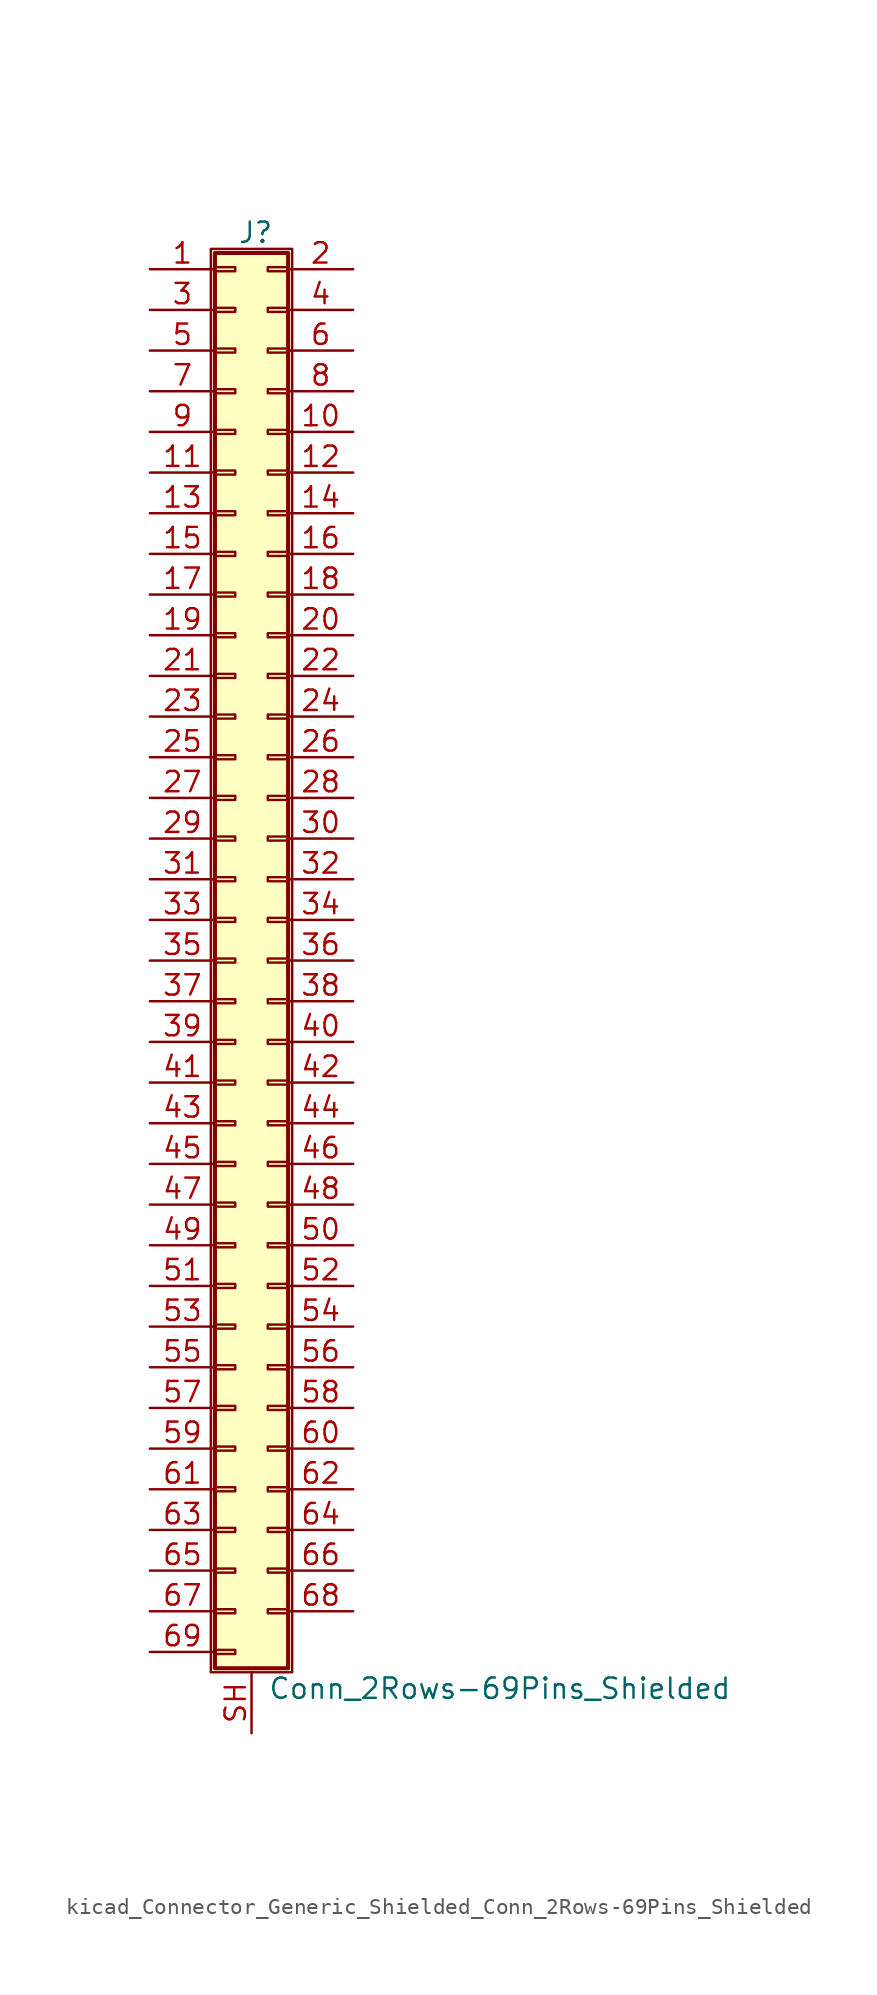
<source format=kicad_sym>
(kicad_symbol_lib
  (version 20220914)
  (generator kicad_symbol_editor)
  (symbol "kicad_Connector_Generic_Shielded_Conn_2Rows-69Pins_Shielded"
    (pin_names
      (offset 1.016) hide)
    (property "Reference" "J"
      (at 1.524 45.466 0)
      (effects (font (size 1.27 1.27))))
    (property "Value" "Conn_2Rows-69Pins_Shielded"
      (at 2.286 -45.466 0)
      (effects (font (size 1.27 1.27)) (justify left)))
    (symbol "kicad_Connector_Generic_Shielded_Conn_2Rows-69Pins_Shielded_1_1"
      (rectangle (start -1.27 44.45) (end 3.81 -44.45) (stroke (width 0.152) (type default)) (fill (type none)))
      (rectangle (start -1.016 -43.053) (end 0.254 -43.307) (stroke (width 0.152) (type default)) (fill (type none)))
      (rectangle (start -1.016 -40.513) (end 0.254 -40.767) (stroke (width 0.152) (type default)) (fill (type none)))
      (rectangle (start -1.016 -37.973) (end 0.254 -38.227) (stroke (width 0.152) (type default)) (fill (type none)))
      (rectangle (start -1.016 -35.433) (end 0.254 -35.687) (stroke (width 0.152) (type default)) (fill (type none)))
      (rectangle (start -1.016 -32.893) (end 0.254 -33.147) (stroke (width 0.152) (type default)) (fill (type none)))
      (rectangle (start -1.016 -30.353) (end 0.254 -30.607) (stroke (width 0.152) (type default)) (fill (type none)))
      (rectangle (start -1.016 -27.813) (end 0.254 -28.067) (stroke (width 0.152) (type default)) (fill (type none)))
      (rectangle (start -1.016 -25.273) (end 0.254 -25.527) (stroke (width 0.152) (type default)) (fill (type none)))
      (rectangle (start -1.016 -22.733) (end 0.254 -22.987) (stroke (width 0.152) (type default)) (fill (type none)))
      (rectangle (start -1.016 -20.193) (end 0.254 -20.447) (stroke (width 0.152) (type default)) (fill (type none)))
      (rectangle (start -1.016 -17.653) (end 0.254 -17.907) (stroke (width 0.152) (type default)) (fill (type none)))
      (rectangle (start -1.016 -15.113) (end 0.254 -15.367) (stroke (width 0.152) (type default)) (fill (type none)))
      (rectangle (start -1.016 -12.573) (end 0.254 -12.827) (stroke (width 0.152) (type default)) (fill (type none)))
      (rectangle (start -1.016 -10.033) (end 0.254 -10.287) (stroke (width 0.152) (type default)) (fill (type none)))
      (rectangle (start -1.016 -7.493) (end 0.254 -7.747) (stroke (width 0.152) (type default)) (fill (type none)))
      (rectangle (start -1.016 -4.953) (end 0.254 -5.207) (stroke (width 0.152) (type default)) (fill (type none)))
      (rectangle (start -1.016 -2.413) (end 0.254 -2.667) (stroke (width 0.152) (type default)) (fill (type none)))
      (rectangle (start -1.016 0.127) (end 0.254 -0.127) (stroke (width 0.152) (type default)) (fill (type none)))
      (rectangle (start -1.016 2.667) (end 0.254 2.413) (stroke (width 0.152) (type default)) (fill (type none)))
      (rectangle (start -1.016 5.207) (end 0.254 4.953) (stroke (width 0.152) (type default)) (fill (type none)))
      (rectangle (start -1.016 7.747) (end 0.254 7.493) (stroke (width 0.152) (type default)) (fill (type none)))
      (rectangle (start -1.016 10.287) (end 0.254 10.033) (stroke (width 0.152) (type default)) (fill (type none)))
      (rectangle (start -1.016 12.827) (end 0.254 12.573) (stroke (width 0.152) (type default)) (fill (type none)))
      (rectangle (start -1.016 15.367) (end 0.254 15.113) (stroke (width 0.152) (type default)) (fill (type none)))
      (rectangle (start -1.016 17.907) (end 0.254 17.653) (stroke (width 0.152) (type default)) (fill (type none)))
      (rectangle (start -1.016 20.447) (end 0.254 20.193) (stroke (width 0.152) (type default)) (fill (type none)))
      (rectangle (start -1.016 22.987) (end 0.254 22.733) (stroke (width 0.152) (type default)) (fill (type none)))
      (rectangle (start -1.016 25.527) (end 0.254 25.273) (stroke (width 0.152) (type default)) (fill (type none)))
      (rectangle (start -1.016 28.067) (end 0.254 27.813) (stroke (width 0.152) (type default)) (fill (type none)))
      (rectangle (start -1.016 30.607) (end 0.254 30.353) (stroke (width 0.152) (type default)) (fill (type none)))
      (rectangle (start -1.016 33.147) (end 0.254 32.893) (stroke (width 0.152) (type default)) (fill (type none)))
      (rectangle (start -1.016 35.687) (end 0.254 35.433) (stroke (width 0.152) (type default)) (fill (type none)))
      (rectangle (start -1.016 38.227) (end 0.254 37.973) (stroke (width 0.152) (type default)) (fill (type none)))
      (rectangle (start -1.016 40.767) (end 0.254 40.513) (stroke (width 0.152) (type default)) (fill (type none)))
      (rectangle (start -1.016 43.307) (end 0.254 43.053) (stroke (width 0.152) (type default)) (fill (type none)))
      (rectangle (start -1.016 44.196) (end 3.556 -44.196) (stroke (width 0.254) (type default)) (fill (type background)))
      (rectangle (start 3.556 -40.513) (end 2.286 -40.767) (stroke (width 0.152) (type default)) (fill (type none)))
      (rectangle (start 3.556 -37.973) (end 2.286 -38.227) (stroke (width 0.152) (type default)) (fill (type none)))
      (rectangle (start 3.556 -35.433) (end 2.286 -35.687) (stroke (width 0.152) (type default)) (fill (type none)))
      (rectangle (start 3.556 -32.893) (end 2.286 -33.147) (stroke (width 0.152) (type default)) (fill (type none)))
      (rectangle (start 3.556 -30.353) (end 2.286 -30.607) (stroke (width 0.152) (type default)) (fill (type none)))
      (rectangle (start 3.556 -27.813) (end 2.286 -28.067) (stroke (width 0.152) (type default)) (fill (type none)))
      (rectangle (start 3.556 -25.273) (end 2.286 -25.527) (stroke (width 0.152) (type default)) (fill (type none)))
      (rectangle (start 3.556 -22.733) (end 2.286 -22.987) (stroke (width 0.152) (type default)) (fill (type none)))
      (rectangle (start 3.556 -20.193) (end 2.286 -20.447) (stroke (width 0.152) (type default)) (fill (type none)))
      (rectangle (start 3.556 -17.653) (end 2.286 -17.907) (stroke (width 0.152) (type default)) (fill (type none)))
      (rectangle (start 3.556 -15.113) (end 2.286 -15.367) (stroke (width 0.152) (type default)) (fill (type none)))
      (rectangle (start 3.556 -12.573) (end 2.286 -12.827) (stroke (width 0.152) (type default)) (fill (type none)))
      (rectangle (start 3.556 -10.033) (end 2.286 -10.287) (stroke (width 0.152) (type default)) (fill (type none)))
      (rectangle (start 3.556 -7.493) (end 2.286 -7.747) (stroke (width 0.152) (type default)) (fill (type none)))
      (rectangle (start 3.556 -4.953) (end 2.286 -5.207) (stroke (width 0.152) (type default)) (fill (type none)))
      (rectangle (start 3.556 -2.413) (end 2.286 -2.667) (stroke (width 0.152) (type default)) (fill (type none)))
      (rectangle (start 3.556 0.127) (end 2.286 -0.127) (stroke (width 0.152) (type default)) (fill (type none)))
      (rectangle (start 3.556 2.667) (end 2.286 2.413) (stroke (width 0.152) (type default)) (fill (type none)))
      (rectangle (start 3.556 5.207) (end 2.286 4.953) (stroke (width 0.152) (type default)) (fill (type none)))
      (rectangle (start 3.556 7.747) (end 2.286 7.493) (stroke (width 0.152) (type default)) (fill (type none)))
      (rectangle (start 3.556 10.287) (end 2.286 10.033) (stroke (width 0.152) (type default)) (fill (type none)))
      (rectangle (start 3.556 12.827) (end 2.286 12.573) (stroke (width 0.152) (type default)) (fill (type none)))
      (rectangle (start 3.556 15.367) (end 2.286 15.113) (stroke (width 0.152) (type default)) (fill (type none)))
      (rectangle (start 3.556 17.907) (end 2.286 17.653) (stroke (width 0.152) (type default)) (fill (type none)))
      (rectangle (start 3.556 20.447) (end 2.286 20.193) (stroke (width 0.152) (type default)) (fill (type none)))
      (rectangle (start 3.556 22.987) (end 2.286 22.733) (stroke (width 0.152) (type default)) (fill (type none)))
      (rectangle (start 3.556 25.527) (end 2.286 25.273) (stroke (width 0.152) (type default)) (fill (type none)))
      (rectangle (start 3.556 28.067) (end 2.286 27.813) (stroke (width 0.152) (type default)) (fill (type none)))
      (rectangle (start 3.556 30.607) (end 2.286 30.353) (stroke (width 0.152) (type default)) (fill (type none)))
      (rectangle (start 3.556 33.147) (end 2.286 32.893) (stroke (width 0.152) (type default)) (fill (type none)))
      (rectangle (start 3.556 35.687) (end 2.286 35.433) (stroke (width 0.152) (type default)) (fill (type none)))
      (rectangle (start 3.556 38.227) (end 2.286 37.973) (stroke (width 0.152) (type default)) (fill (type none)))
      (rectangle (start 3.556 40.767) (end 2.286 40.513) (stroke (width 0.152) (type default)) (fill (type none)))
      (rectangle (start 3.556 43.307) (end 2.286 43.053) (stroke (width 0.152) (type default)) (fill (type none)))
      (pin passive line (at -5.08 43.18 0) (length 4.064) (name "Pin_1" (effects (font (size 1.27 1.27)))) (number "1" (effects (font (size 1.27 1.27)))))
      (pin passive line (at 7.62 33.02 180) (length 4.064) (name "Pin_10" (effects (font (size 1.27 1.27)))) (number "10" (effects (font (size 1.27 1.27)))))
      (pin passive line (at -5.08 30.48 0) (length 4.064) (name "Pin_11" (effects (font (size 1.27 1.27)))) (number "11" (effects (font (size 1.27 1.27)))))
      (pin passive line (at 7.62 30.48 180) (length 4.064) (name "Pin_12" (effects (font (size 1.27 1.27)))) (number "12" (effects (font (size 1.27 1.27)))))
      (pin passive line (at -5.08 27.94 0) (length 4.064) (name "Pin_13" (effects (font (size 1.27 1.27)))) (number "13" (effects (font (size 1.27 1.27)))))
      (pin passive line (at 7.62 27.94 180) (length 4.064) (name "Pin_14" (effects (font (size 1.27 1.27)))) (number "14" (effects (font (size 1.27 1.27)))))
      (pin passive line (at -5.08 25.4 0) (length 4.064) (name "Pin_15" (effects (font (size 1.27 1.27)))) (number "15" (effects (font (size 1.27 1.27)))))
      (pin passive line (at 7.62 25.4 180) (length 4.064) (name "Pin_16" (effects (font (size 1.27 1.27)))) (number "16" (effects (font (size 1.27 1.27)))))
      (pin passive line (at -5.08 22.86 0) (length 4.064) (name "Pin_17" (effects (font (size 1.27 1.27)))) (number "17" (effects (font (size 1.27 1.27)))))
      (pin passive line (at 7.62 22.86 180) (length 4.064) (name "Pin_18" (effects (font (size 1.27 1.27)))) (number "18" (effects (font (size 1.27 1.27)))))
      (pin passive line (at -5.08 20.32 0) (length 4.064) (name "Pin_19" (effects (font (size 1.27 1.27)))) (number "19" (effects (font (size 1.27 1.27)))))
      (pin passive line (at 7.62 43.18 180) (length 4.064) (name "Pin_2" (effects (font (size 1.27 1.27)))) (number "2" (effects (font (size 1.27 1.27)))))
      (pin passive line (at 7.62 20.32 180) (length 4.064) (name "Pin_20" (effects (font (size 1.27 1.27)))) (number "20" (effects (font (size 1.27 1.27)))))
      (pin passive line (at -5.08 17.78 0) (length 4.064) (name "Pin_21" (effects (font (size 1.27 1.27)))) (number "21" (effects (font (size 1.27 1.27)))))
      (pin passive line (at 7.62 17.78 180) (length 4.064) (name "Pin_22" (effects (font (size 1.27 1.27)))) (number "22" (effects (font (size 1.27 1.27)))))
      (pin passive line (at -5.08 15.24 0) (length 4.064) (name "Pin_23" (effects (font (size 1.27 1.27)))) (number "23" (effects (font (size 1.27 1.27)))))
      (pin passive line (at 7.62 15.24 180) (length 4.064) (name "Pin_24" (effects (font (size 1.27 1.27)))) (number "24" (effects (font (size 1.27 1.27)))))
      (pin passive line (at -5.08 12.7 0) (length 4.064) (name "Pin_25" (effects (font (size 1.27 1.27)))) (number "25" (effects (font (size 1.27 1.27)))))
      (pin passive line (at 7.62 12.7 180) (length 4.064) (name "Pin_26" (effects (font (size 1.27 1.27)))) (number "26" (effects (font (size 1.27 1.27)))))
      (pin passive line (at -5.08 10.16 0) (length 4.064) (name "Pin_27" (effects (font (size 1.27 1.27)))) (number "27" (effects (font (size 1.27 1.27)))))
      (pin passive line (at 7.62 10.16 180) (length 4.064) (name "Pin_28" (effects (font (size 1.27 1.27)))) (number "28" (effects (font (size 1.27 1.27)))))
      (pin passive line (at -5.08 7.62 0) (length 4.064) (name "Pin_29" (effects (font (size 1.27 1.27)))) (number "29" (effects (font (size 1.27 1.27)))))
      (pin passive line (at -5.08 40.64 0) (length 4.064) (name "Pin_3" (effects (font (size 1.27 1.27)))) (number "3" (effects (font (size 1.27 1.27)))))
      (pin passive line (at 7.62 7.62 180) (length 4.064) (name "Pin_30" (effects (font (size 1.27 1.27)))) (number "30" (effects (font (size 1.27 1.27)))))
      (pin passive line (at -5.08 5.08 0) (length 4.064) (name "Pin_31" (effects (font (size 1.27 1.27)))) (number "31" (effects (font (size 1.27 1.27)))))
      (pin passive line (at 7.62 5.08 180) (length 4.064) (name "Pin_32" (effects (font (size 1.27 1.27)))) (number "32" (effects (font (size 1.27 1.27)))))
      (pin passive line (at -5.08 2.54 0) (length 4.064) (name "Pin_33" (effects (font (size 1.27 1.27)))) (number "33" (effects (font (size 1.27 1.27)))))
      (pin passive line (at 7.62 2.54 180) (length 4.064) (name "Pin_34" (effects (font (size 1.27 1.27)))) (number "34" (effects (font (size 1.27 1.27)))))
      (pin passive line (at -5.08 0 0) (length 4.064) (name "Pin_35" (effects (font (size 1.27 1.27)))) (number "35" (effects (font (size 1.27 1.27)))))
      (pin passive line (at 7.62 0 180) (length 4.064) (name "Pin_36" (effects (font (size 1.27 1.27)))) (number "36" (effects (font (size 1.27 1.27)))))
      (pin passive line (at -5.08 -2.54 0) (length 4.064) (name "Pin_37" (effects (font (size 1.27 1.27)))) (number "37" (effects (font (size 1.27 1.27)))))
      (pin passive line (at 7.62 -2.54 180) (length 4.064) (name "Pin_38" (effects (font (size 1.27 1.27)))) (number "38" (effects (font (size 1.27 1.27)))))
      (pin passive line (at -5.08 -5.08 0) (length 4.064) (name "Pin_39" (effects (font (size 1.27 1.27)))) (number "39" (effects (font (size 1.27 1.27)))))
      (pin passive line (at 7.62 40.64 180) (length 4.064) (name "Pin_4" (effects (font (size 1.27 1.27)))) (number "4" (effects (font (size 1.27 1.27)))))
      (pin passive line (at 7.62 -5.08 180) (length 4.064) (name "Pin_40" (effects (font (size 1.27 1.27)))) (number "40" (effects (font (size 1.27 1.27)))))
      (pin passive line (at -5.08 -7.62 0) (length 4.064) (name "Pin_41" (effects (font (size 1.27 1.27)))) (number "41" (effects (font (size 1.27 1.27)))))
      (pin passive line (at 7.62 -7.62 180) (length 4.064) (name "Pin_42" (effects (font (size 1.27 1.27)))) (number "42" (effects (font (size 1.27 1.27)))))
      (pin passive line (at -5.08 -10.16 0) (length 4.064) (name "Pin_43" (effects (font (size 1.27 1.27)))) (number "43" (effects (font (size 1.27 1.27)))))
      (pin passive line (at 7.62 -10.16 180) (length 4.064) (name "Pin_44" (effects (font (size 1.27 1.27)))) (number "44" (effects (font (size 1.27 1.27)))))
      (pin passive line (at -5.08 -12.7 0) (length 4.064) (name "Pin_45" (effects (font (size 1.27 1.27)))) (number "45" (effects (font (size 1.27 1.27)))))
      (pin passive line (at 7.62 -12.7 180) (length 4.064) (name "Pin_46" (effects (font (size 1.27 1.27)))) (number "46" (effects (font (size 1.27 1.27)))))
      (pin passive line (at -5.08 -15.24 0) (length 4.064) (name "Pin_47" (effects (font (size 1.27 1.27)))) (number "47" (effects (font (size 1.27 1.27)))))
      (pin passive line (at 7.62 -15.24 180) (length 4.064) (name "Pin_48" (effects (font (size 1.27 1.27)))) (number "48" (effects (font (size 1.27 1.27)))))
      (pin passive line (at -5.08 -17.78 0) (length 4.064) (name "Pin_49" (effects (font (size 1.27 1.27)))) (number "49" (effects (font (size 1.27 1.27)))))
      (pin passive line (at -5.08 38.1 0) (length 4.064) (name "Pin_5" (effects (font (size 1.27 1.27)))) (number "5" (effects (font (size 1.27 1.27)))))
      (pin passive line (at 7.62 -17.78 180) (length 4.064) (name "Pin_50" (effects (font (size 1.27 1.27)))) (number "50" (effects (font (size 1.27 1.27)))))
      (pin passive line (at -5.08 -20.32 0) (length 4.064) (name "Pin_51" (effects (font (size 1.27 1.27)))) (number "51" (effects (font (size 1.27 1.27)))))
      (pin passive line (at 7.62 -20.32 180) (length 4.064) (name "Pin_52" (effects (font (size 1.27 1.27)))) (number "52" (effects (font (size 1.27 1.27)))))
      (pin passive line (at -5.08 -22.86 0) (length 4.064) (name "Pin_53" (effects (font (size 1.27 1.27)))) (number "53" (effects (font (size 1.27 1.27)))))
      (pin passive line (at 7.62 -22.86 180) (length 4.064) (name "Pin_54" (effects (font (size 1.27 1.27)))) (number "54" (effects (font (size 1.27 1.27)))))
      (pin passive line (at -5.08 -25.4 0) (length 4.064) (name "Pin_55" (effects (font (size 1.27 1.27)))) (number "55" (effects (font (size 1.27 1.27)))))
      (pin passive line (at 7.62 -25.4 180) (length 4.064) (name "Pin_56" (effects (font (size 1.27 1.27)))) (number "56" (effects (font (size 1.27 1.27)))))
      (pin passive line (at -5.08 -27.94 0) (length 4.064) (name "Pin_57" (effects (font (size 1.27 1.27)))) (number "57" (effects (font (size 1.27 1.27)))))
      (pin passive line (at 7.62 -27.94 180) (length 4.064) (name "Pin_58" (effects (font (size 1.27 1.27)))) (number "58" (effects (font (size 1.27 1.27)))))
      (pin passive line (at -5.08 -30.48 0) (length 4.064) (name "Pin_59" (effects (font (size 1.27 1.27)))) (number "59" (effects (font (size 1.27 1.27)))))
      (pin passive line (at 7.62 38.1 180) (length 4.064) (name "Pin_6" (effects (font (size 1.27 1.27)))) (number "6" (effects (font (size 1.27 1.27)))))
      (pin passive line (at 7.62 -30.48 180) (length 4.064) (name "Pin_60" (effects (font (size 1.27 1.27)))) (number "60" (effects (font (size 1.27 1.27)))))
      (pin passive line (at -5.08 -33.02 0) (length 4.064) (name "Pin_61" (effects (font (size 1.27 1.27)))) (number "61" (effects (font (size 1.27 1.27)))))
      (pin passive line (at 7.62 -33.02 180) (length 4.064) (name "Pin_62" (effects (font (size 1.27 1.27)))) (number "62" (effects (font (size 1.27 1.27)))))
      (pin passive line (at -5.08 -35.56 0) (length 4.064) (name "Pin_63" (effects (font (size 1.27 1.27)))) (number "63" (effects (font (size 1.27 1.27)))))
      (pin passive line (at 7.62 -35.56 180) (length 4.064) (name "Pin_64" (effects (font (size 1.27 1.27)))) (number "64" (effects (font (size 1.27 1.27)))))
      (pin passive line (at -5.08 -38.1 0) (length 4.064) (name "Pin_65" (effects (font (size 1.27 1.27)))) (number "65" (effects (font (size 1.27 1.27)))))
      (pin passive line (at 7.62 -38.1 180) (length 4.064) (name "Pin_66" (effects (font (size 1.27 1.27)))) (number "66" (effects (font (size 1.27 1.27)))))
      (pin passive line (at -5.08 -40.64 0) (length 4.064) (name "Pin_67" (effects (font (size 1.27 1.27)))) (number "67" (effects (font (size 1.27 1.27)))))
      (pin passive line (at 7.62 -40.64 180) (length 4.064) (name "Pin_68" (effects (font (size 1.27 1.27)))) (number "68" (effects (font (size 1.27 1.27)))))
      (pin passive line (at -5.08 -43.18 0) (length 4.064) (name "Pin_69" (effects (font (size 1.27 1.27)))) (number "69" (effects (font (size 1.27 1.27)))))
      (pin passive line (at -5.08 35.56 0) (length 4.064) (name "Pin_7" (effects (font (size 1.27 1.27)))) (number "7" (effects (font (size 1.27 1.27)))))
      (pin passive line (at 7.62 35.56 180) (length 4.064) (name "Pin_8" (effects (font (size 1.27 1.27)))) (number "8" (effects (font (size 1.27 1.27)))))
      (pin passive line (at -5.08 33.02 0) (length 4.064) (name "Pin_9" (effects (font (size 1.27 1.27)))) (number "9" (effects (font (size 1.27 1.27)))))
      (pin passive line (at 1.27 -48.26 90) (length 3.81) (name "Shield" (effects (font (size 1.27 1.27)))) (number "SH" (effects (font (size 1.27 1.27))))))))
</source>
